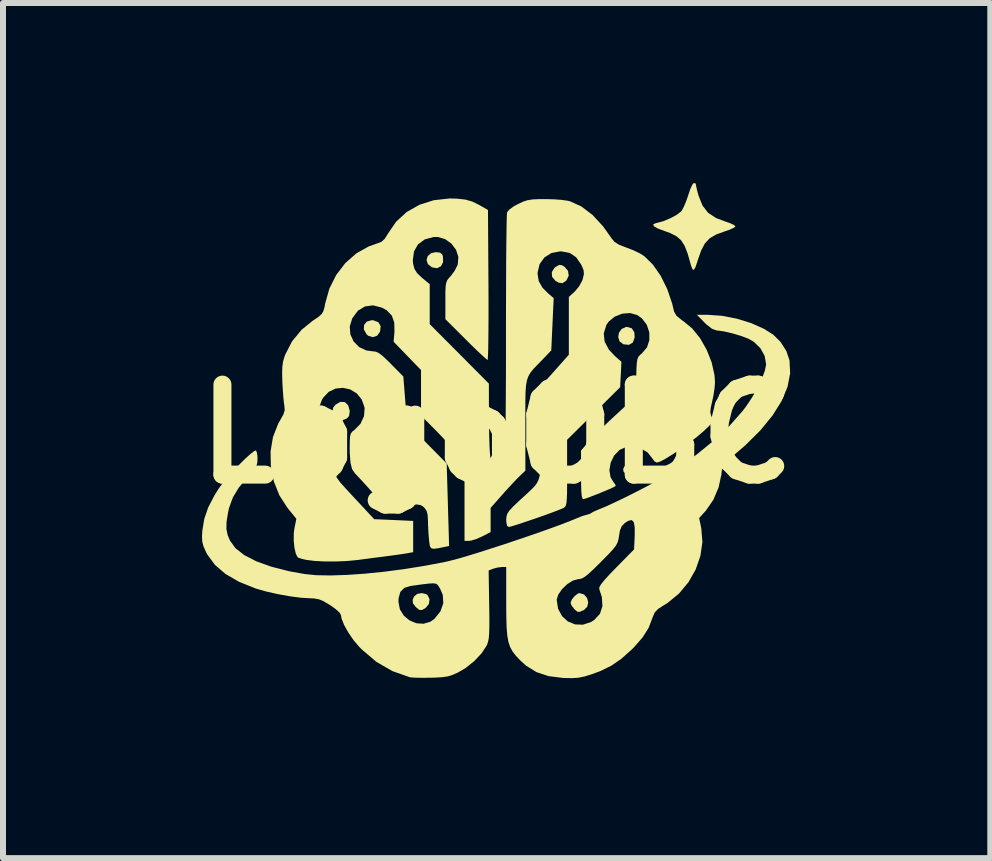
<source format=kicad_pcb>
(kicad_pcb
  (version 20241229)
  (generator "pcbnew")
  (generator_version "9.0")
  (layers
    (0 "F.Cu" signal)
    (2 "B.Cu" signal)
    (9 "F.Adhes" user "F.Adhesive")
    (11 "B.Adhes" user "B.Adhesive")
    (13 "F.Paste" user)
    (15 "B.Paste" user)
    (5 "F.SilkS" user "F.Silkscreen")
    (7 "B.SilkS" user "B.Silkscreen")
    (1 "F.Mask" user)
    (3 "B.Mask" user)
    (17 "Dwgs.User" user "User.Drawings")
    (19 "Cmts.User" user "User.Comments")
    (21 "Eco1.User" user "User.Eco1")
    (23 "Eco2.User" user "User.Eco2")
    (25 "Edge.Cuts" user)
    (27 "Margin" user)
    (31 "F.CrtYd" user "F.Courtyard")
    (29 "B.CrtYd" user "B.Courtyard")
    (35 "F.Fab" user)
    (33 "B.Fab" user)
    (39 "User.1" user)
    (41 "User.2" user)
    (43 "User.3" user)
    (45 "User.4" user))
  (footprint "LogoOBC"
    (layer "F.Cu")
    (at 5.229 4.183)
    (property "Reference" "LogoOBC" (at 0 0 0) (layer "F.SilkS") (effects (font (size 1.5 1.5) (thickness 0.3))))
    (attr board_only exclude_from_pos_files exclude_from_bom)
    (fp_poly (pts (xy -2.056 -1.894) (xy -1.972 -1.862) (xy -1.934 -1.797) (xy -1.944 -1.705) (xy -1.993 -1.637) (xy -2.065 -1.613) (xy -2.141 -1.636) (xy -2.169 -1.661) (xy -2.214 -1.742) (xy -2.21 -1.818) (xy -2.164 -1.873) (xy -2.083 -1.896)) (stroke (width 0) (type solid)) (fill yes) (layer "F.SilkS"))
    (fp_poly (pts (xy -0.943 -3.022) (xy -0.907 -2.99) (xy -0.896 -2.958) (xy -0.893 -2.863) (xy -0.93 -2.794) (xy -0.996 -2.762) (xy -1.079 -2.777) (xy -1.147 -2.831) (xy -1.169 -2.899) (xy -1.149 -2.965) (xy -1.091 -3.014) (xy -1.014 -3.03)) (stroke (width 0) (type solid)) (fill yes) (layer "F.SilkS"))
    (fp_poly (pts (xy 2.253 -1.76) (xy 2.295 -1.693) (xy 2.3 -1.607) (xy 2.27 -1.524) (xy 2.205 -1.485) (xy 2.114 -1.494) (xy 2.11 -1.496) (xy 2.048 -1.543) (xy 2.026 -1.613) (xy 2.038 -1.687) (xy 2.082 -1.749) (xy 2.153 -1.782) (xy 2.176 -1.783)) (stroke (width 0) (type solid)) (fill yes) (layer "F.SilkS"))
    (fp_poly (pts (xy -1.175 2.67) (xy -1.151 2.688) (xy -1.119 2.756) (xy -1.13 2.834) (xy -1.181 2.898) (xy -1.245 2.936) (xy -1.291 2.933) (xy -1.344 2.889) (xy -1.348 2.885) (xy -1.397 2.822) (xy -1.4 2.763) (xy -1.376 2.709) (xy -1.325 2.667) (xy -1.249 2.653)) (stroke (width 0) (type solid)) (fill yes) (layer "F.SilkS"))
    (fp_poly (pts (xy 1.087 -2.812) (xy 1.131 -2.786) (xy 1.189 -2.719) (xy 1.201 -2.636) (xy 1.162 -2.558) (xy 1.158 -2.554) (xy 1.098 -2.513) (xy 1.033 -2.521) (xy 0.978 -2.553) (xy 0.923 -2.62) (xy 0.919 -2.698) (xy 0.964 -2.769) (xy 0.986 -2.786) (xy 1.043 -2.817)) (stroke (width 0) (type solid)) (fill yes) (layer "F.SilkS"))
    (fp_poly (pts (xy -2.53 -0.53) (xy -2.475 -0.477) (xy -2.45 -0.385) (xy -2.45 -0.37) (xy -2.461 -0.297) (xy -2.501 -0.256) (xy -2.524 -0.246) (xy -2.588 -0.223) (xy -2.625 -0.225) (xy -2.663 -0.257) (xy -2.682 -0.275) (xy -2.733 -0.356) (xy -2.728 -0.435) (xy -2.687 -0.488) (xy -2.605 -0.535)) (stroke (width 0) (type solid)) (fill yes) (layer "F.SilkS"))
    (fp_poly (pts (xy 2.35 0.481) (xy 2.388 0.546) (xy 2.392 0.581) (xy 2.371 0.648) (xy 2.32 0.708) (xy 2.261 0.739) (xy 2.252 0.739) (xy 2.208 0.721) (xy 2.16 0.681) (xy 2.113 0.626) (xy 2.109 0.581) (xy 2.144 0.518) (xy 2.147 0.514) (xy 2.212 0.46) (xy 2.285 0.451)) (stroke (width 0) (type solid)) (fill yes) (layer "F.SilkS"))
    (fp_poly (pts (xy 1.456 2.676) (xy 1.507 2.734) (xy 1.526 2.808) (xy 1.51 2.881) (xy 1.455 2.935) (xy 1.448 2.938) (xy 1.386 2.965) (xy 1.348 2.965) (xy 1.309 2.933) (xy 1.29 2.914) (xy 1.247 2.857) (xy 1.232 2.813) (xy 1.253 2.76) (xy 1.3 2.702) (xy 1.354 2.661) (xy 1.379 2.653)) (stroke (width 0) (type solid)) (fill yes) (layer "F.SilkS"))
    (fp_poly (pts (xy 3.317 -4.174) (xy 3.32 -4.16) (xy 3.328 -4.115) (xy 3.347 -4.035) (xy 3.366 -3.968) (xy 3.432 -3.805) (xy 3.525 -3.685) (xy 3.658 -3.598) (xy 3.788 -3.549) (xy 3.885 -3.515) (xy 3.953 -3.484) (xy 3.98 -3.46) (xy 3.98 -3.458) (xy 3.949 -3.434) (xy 3.879 -3.403) (xy 3.804 -3.377) (xy 3.658 -3.324) (xy 3.551 -3.261) (xy 3.472 -3.177) (xy 3.409 -3.059) (xy 3.352 -2.896) (xy 3.349 -2.885) (xy 3.315 -2.783) (xy 3.288 -2.736) (xy 3.265 -2.743) (xy 3.241 -2.802) (xy 3.233 -2.831) (xy 3.183 -3.007) (xy 3.133 -3.136) (xy 3.073 -3.229) (xy 2.996 -3.296) (xy 2.893 -3.348) (xy 2.796 -3.383) (xy 2.683 -3.425) (xy 2.62 -3.463) (xy 2.609 -3.493) (xy 2.654 -3.514) (xy 2.67 -3.517) (xy 2.774 -3.545) (xy 2.888 -3.592) (xy 2.993 -3.647) (xy 3.068 -3.703) (xy 3.085 -3.722) (xy 3.122 -3.791) (xy 3.163 -3.891) (xy 3.195 -3.985) (xy 3.227 -4.081) (xy 3.26 -4.152) (xy 3.285 -4.183)) (stroke (width 0) (type solid)) (fill yes) (layer "F.SilkS"))
    (fp_poly (pts (xy 3.755 -1.969) (xy 4.003 -1.921) (xy 4.243 -1.847) (xy 4.457 -1.751) (xy 4.611 -1.654) (xy 4.733 -1.532) (xy 4.829 -1.381) (xy 4.881 -1.226) (xy 4.892 -1.011) (xy 4.848 -0.785) (xy 4.75 -0.55) (xy 4.599 -0.308) (xy 4.397 -0.061) (xy 4.145 0.189) (xy 3.955 0.352) (xy 3.862 0.429) (xy 3.804 0.485) (xy 3.772 0.535) (xy 3.755 0.596) (xy 3.745 0.679) (xy 3.699 0.892) (xy 3.612 1.097) (xy 3.492 1.272) (xy 3.481 1.285) (xy 3.375 1.402) (xy 3.411 1.577) (xy 3.429 1.802) (xy 3.396 2.033) (xy 3.317 2.26) (xy 3.196 2.473) (xy 3.038 2.662) (xy 2.848 2.818) (xy 2.781 2.859) (xy 2.69 2.918) (xy 2.636 2.974) (xy 2.603 3.048) (xy 2.597 3.066) (xy 2.532 3.234) (xy 2.432 3.392) (xy 2.29 3.555) (xy 2.253 3.592) (xy 2.081 3.746) (xy 1.913 3.862) (xy 1.728 3.953) (xy 1.587 4.005) (xy 1.464 4.043) (xy 1.362 4.064) (xy 1.256 4.071) (xy 1.12 4.068) (xy 1.102 4.067) (xy 0.864 4.037) (xy 0.663 3.97) (xy 0.49 3.863) (xy 0.397 3.779) (xy 0.323 3.701) (xy 0.266 3.628) (xy 0.224 3.552) (xy 0.195 3.464) (xy 0.176 3.353) (xy 0.165 3.212) (xy 0.16 3.031) (xy 0.159 2.813) (xy 0.159 2.765) (xy 1 2.765) (xy 1.024 2.916) (xy 1.09 3.038) (xy 1.187 3.126) (xy 1.307 3.175) (xy 1.438 3.18) (xy 1.573 3.135) (xy 1.63 3.098) (xy 1.722 2.997) (xy 1.763 2.871) (xy 1.753 2.719) (xy 1.71 2.587) (xy 1.711 2.556) (xy 1.738 2.509) (xy 1.793 2.439) (xy 1.883 2.34) (xy 1.99 2.23) (xy 2.29 1.925) (xy 2.301 1.695) (xy 2.301 1.557) (xy 2.286 1.472) (xy 2.252 1.436) (xy 2.196 1.447) (xy 2.136 1.485) (xy 2.084 1.538) (xy 2.054 1.612) (xy 2.04 1.696) (xy 2.03 1.759) (xy 2.014 1.812) (xy 1.986 1.864) (xy 1.937 1.926) (xy 1.862 2.007) (xy 1.753 2.117) (xy 1.736 2.135) (xy 1.618 2.252) (xy 1.531 2.332) (xy 1.467 2.383) (xy 1.418 2.41) (xy 1.374 2.42) (xy 1.355 2.421) (xy 1.269 2.445) (xy 1.175 2.505) (xy 1.089 2.588) (xy 1.026 2.679) (xy 1 2.763) (xy 1 2.765) (xy 0.159 2.765) (xy 0.159 2.218) (xy 0.089 2.218) (xy 0.006 2.229) (xy -0.058 2.247) (xy -0.134 2.276) (xy -0.125 2.849) (xy -0.122 3.05) (xy -0.122 3.203) (xy -0.125 3.316) (xy -0.131 3.398) (xy -0.142 3.458) (xy -0.157 3.505) (xy -0.167 3.528) (xy -0.25 3.655) (xy -0.371 3.784) (xy -0.515 3.9) (xy -0.645 3.977) (xy -0.733 4.016) (xy -0.813 4.041) (xy -0.906 4.055) (xy -1.029 4.062) (xy -1.101 4.064) (xy -1.231 4.065) (xy -1.344 4.064) (xy -1.424 4.059) (xy -1.45 4.055) (xy -1.739 3.953) (xy -2.004 3.8) (xy -2.248 3.593) (xy -2.287 3.554) (xy -2.386 3.437) (xy -2.474 3.309) (xy -2.543 3.185) (xy -2.586 3.077) (xy -2.595 3.022) (xy -2.619 2.978) (xy -2.687 2.917) (xy -2.774 2.855) (xy -2.875 2.795) (xy -1.638 2.795) (xy -1.614 2.923) (xy -1.548 3.029) (xy -1.452 3.109) (xy -1.338 3.156) (xy -1.218 3.164) (xy -1.102 3.129) (xy -1.038 3.083) (xy -0.937 2.957) (xy -0.89 2.822) (xy -0.898 2.684) (xy -0.945 2.576) (xy -0.969 2.537) (xy -0.99 2.51) (xy -1.019 2.495) (xy -1.065 2.49) (xy -1.138 2.495) (xy -1.247 2.508) (xy -1.402 2.53) (xy -1.435 2.534) (xy -1.541 2.567) (xy -1.606 2.633) (xy -1.635 2.739) (xy -1.638 2.795) (xy -2.875 2.795) (xy -2.881 2.791) (xy -2.965 2.756) (xy -3.048 2.742) (xy -3.1 2.74) (xy -3.258 2.731) (xy -3.45 2.706) (xy -3.655 2.669) (xy -3.852 2.624) (xy -4.013 2.578) (xy -4.294 2.465) (xy -4.521 2.334) (xy -4.697 2.182) (xy -4.824 2.009) (xy -4.845 1.969) (xy -4.887 1.874) (xy -4.908 1.794) (xy -4.912 1.704) (xy -4.906 1.61) (xy -4.874 1.416) (xy -4.808 1.224) (xy -4.702 1.02) (xy -4.631 0.907) (xy -4.568 0.822) (xy -4.484 0.721) (xy -4.387 0.612) (xy -4.285 0.506) (xy -4.188 0.41) (xy -4.104 0.334) (xy -4.042 0.287) (xy -4.016 0.275) (xy -3.999 0.301) (xy -3.988 0.367) (xy -3.987 0.409) (xy -3.99 0.479) (xy -4.005 0.535) (xy -4.041 0.593) (xy -4.105 0.669) (xy -4.157 0.725) (xy -4.3 0.897) (xy -4.399 1.062) (xy -4.462 1.237) (xy -4.479 1.317) (xy -4.503 1.469) (xy -4.505 1.585) (xy -4.484 1.686) (xy -4.447 1.776) (xy -4.355 1.904) (xy -4.207 2.02) (xy -4.007 2.123) (xy -3.757 2.213) (xy -3.459 2.289) (xy -3.197 2.336) (xy -3.007 2.355) (xy -2.769 2.359) (xy -2.494 2.35) (xy -2.19 2.329) (xy -1.867 2.296) (xy -1.533 2.252) (xy -1.197 2.198) (xy -0.869 2.136) (xy -0.826 2.126) (xy -0.708 2.097) (xy -0.545 2.051) (xy -0.347 1.991) (xy -0.124 1.92) (xy 0.115 1.843) (xy 0.359 1.761) (xy 0.6 1.679) (xy 0.828 1.599) (xy 1.032 1.525) (xy 1.203 1.46) (xy 1.332 1.407) (xy 1.341 1.403) (xy 1.423 1.37) (xy 1.486 1.351) (xy 1.502 1.348) (xy 1.557 1.331) (xy 1.567 1.324) (xy 1.611 1.298) (xy 1.683 1.266) (xy 1.696 1.261) (xy 1.814 1.212) (xy 1.968 1.141) (xy 2.144 1.057) (xy 2.327 0.965) (xy 2.505 0.873) (xy 2.661 0.787) (xy 2.67 0.782) (xy 3.007 0.575) (xy 3.328 0.348) (xy 3.622 0.108) (xy 3.882 -0.136) (xy 4.096 -0.379) (xy 4.152 -0.451) (xy 4.254 -0.603) (xy 4.346 -0.763) (xy 4.42 -0.917) (xy 4.47 -1.053) (xy 4.491 -1.157) (xy 4.491 -1.162) (xy 4.467 -1.3) (xy 4.395 -1.43) (xy 4.285 -1.536) (xy 4.196 -1.587) (xy 4.072 -1.634) (xy 3.93 -1.676) (xy 3.793 -1.708) (xy 3.682 -1.724) (xy 3.667 -1.724) (xy 3.591 -1.751) (xy 3.494 -1.827) (xy 3.465 -1.856) (xy 3.337 -1.986) (xy 3.514 -1.986)) (stroke (width 0) (type solid)) (fill yes) (layer "F.SilkS"))
    (fp_poly (pts (xy -0.664 -3.922) (xy -0.521 -3.906) (xy -0.406 -3.873) (xy -0.3 -3.821) (xy -0.145 -3.733) (xy -0.137 -2.483) (xy -0.136 -2.22) (xy -0.136 -1.976) (xy -0.137 -1.756) (xy -0.139 -1.567) (xy -0.141 -1.415) (xy -0.145 -1.305) (xy -0.149 -1.244) (xy -0.151 -1.232) (xy -0.178 -1.252) (xy -0.238 -1.306) (xy -0.325 -1.387) (xy -0.431 -1.49) (xy -0.514 -1.573) (xy -0.855 -1.913) (xy -0.855 -2.225) (xy -0.855 -2.364) (xy -0.851 -2.457) (xy -0.841 -2.52) (xy -0.823 -2.564) (xy -0.793 -2.603) (xy -0.768 -2.629) (xy -0.703 -2.715) (xy -0.654 -2.811) (xy -0.648 -2.829) (xy -0.639 -2.952) (xy -0.678 -3.07) (xy -0.754 -3.172) (xy -0.859 -3.247) (xy -0.982 -3.283) (xy -1.051 -3.283) (xy -1.2 -3.242) (xy -1.311 -3.16) (xy -1.378 -3.043) (xy -1.398 -2.897) (xy -1.393 -2.836) (xy -1.371 -2.751) (xy -1.327 -2.681) (xy -1.248 -2.605) (xy -1.245 -2.603) (xy -1.116 -2.496) (xy -1.116 -2.163) (xy -1.116 -1.83) (xy -0.623 -1.335) (xy -0.13 -0.839) (xy -0.129 -0.289) (xy -0.127 -0.108) (xy -0.124 0.062) (xy -0.119 0.207) (xy -0.113 0.317) (xy -0.107 0.377) (xy -0.088 0.453) (xy -0.058 0.488) (xy 0.00009 0.501) (xy 0.006 0.502) (xy 0.084 0.496) (xy 0.126 0.457) (xy 0.132 0.417) (xy 0.138 0.32) (xy 0.142 0.17) (xy 0.146 -0.033) (xy 0.15 -0.287) (xy 0.152 -0.588) (xy 0.154 -0.936) (xy 0.155 -1.329) (xy 0.155 -1.616) (xy 0.155 -1.954) (xy 0.156 -2.276) (xy 0.157 -2.578) (xy 0.158 -2.853) (xy 0.16 -3.098) (xy 0.163 -3.307) (xy 0.165 -3.477) (xy 0.168 -3.601) (xy 0.171 -3.675) (xy 0.173 -3.694) (xy 0.209 -3.738) (xy 0.282 -3.792) (xy 0.357 -3.833) (xy 0.441 -3.872) (xy 0.516 -3.896) (xy 0.601 -3.909) (xy 0.713 -3.914) (xy 0.812 -3.914) (xy 0.951 -3.911) (xy 1.083 -3.901) (xy 1.187 -3.886) (xy 1.222 -3.878) (xy 1.413 -3.791) (xy 1.599 -3.649) (xy 1.777 -3.456) (xy 1.914 -3.262) (xy 1.963 -3.202) (xy 2.037 -3.155) (xy 2.149 -3.111) (xy 2.164 -3.106) (xy 2.28 -3.061) (xy 2.391 -3.007) (xy 2.46 -2.963) (xy 2.603 -2.823) (xy 2.733 -2.637) (xy 2.842 -2.417) (xy 2.925 -2.174) (xy 2.956 -2.042) (xy 2.997 -1.969) (xy 3.095 -1.89) (xy 3.113 -1.879) (xy 3.259 -1.758) (xy 3.391 -1.595) (xy 3.501 -1.401) (xy 3.584 -1.191) (xy 3.631 -0.98) (xy 3.639 -0.858) (xy 3.631 -0.758) (xy 3.612 -0.634) (xy 3.592 -0.542) (xy 3.568 -0.434) (xy 3.561 -0.362) (xy 3.572 -0.31) (xy 3.583 -0.286) (xy 3.601 -0.24) (xy 3.594 -0.2) (xy 3.553 -0.147) (xy 3.521 -0.113) (xy 3.434 -0.032) (xy 3.322 0.062) (xy 3.194 0.16) (xy 3.06 0.256) (xy 2.93 0.342) (xy 2.815 0.413) (xy 2.725 0.461) (xy 2.669 0.478) (xy 2.669 0.478) (xy 2.628 0.455) (xy 2.589 0.4) (xy 2.515 0.308) (xy 2.406 0.244) (xy 2.279 0.213) (xy 2.153 0.22) (xy 2.049 0.266) (xy 1.957 0.362) (xy 1.9 0.48) (xy 1.879 0.605) (xy 1.898 0.722) (xy 1.945 0.8) (xy 1.978 0.845) (xy 1.983 0.868) (xy 1.948 0.888) (xy 1.874 0.922) (xy 1.775 0.963) (xy 1.668 1.007) (xy 1.567 1.046) (xy 1.488 1.075) (xy 1.445 1.087) (xy 1.443 1.087) (xy 1.428 1.073) (xy 1.417 1.027) (xy 1.41 0.941) (xy 1.407 0.809) (xy 1.406 0.682) (xy 1.406 0.277) (xy 1.501 0.168) (xy 1.61 0.047) (xy 1.75 -0.095) (xy 1.927 -0.263) (xy 2.089 -0.412) (xy 2.318 -0.621) (xy 2.326 -0.948) (xy 2.33 -1.09) (xy 2.336 -1.186) (xy 2.346 -1.248) (xy 2.364 -1.288) (xy 2.391 -1.318) (xy 2.42 -1.342) (xy 2.505 -1.441) (xy 2.545 -1.563) (xy 2.544 -1.693) (xy 2.502 -1.819) (xy 2.422 -1.925) (xy 2.343 -1.982) (xy 2.223 -2.015) (xy 2.091 -2.004) (xy 1.966 -1.954) (xy 1.865 -1.87) (xy 1.828 -1.815) (xy 1.785 -1.676) (xy 1.799 -1.539) (xy 1.871 -1.404) (xy 1.972 -1.297) (xy 2.079 -1.203) (xy 2.069 -0.99) (xy 2.058 -0.778) (xy 1.616 -0.34) (xy 1.174 0.098) (xy 1.174 0.649) (xy 1.174 0.841) (xy 1.173 0.983) (xy 1.169 1.084) (xy 1.163 1.15) (xy 1.153 1.192) (xy 1.139 1.216) (xy 1.119 1.231) (xy 1.113 1.234) (xy 1.059 1.258) (xy 0.966 1.294) (xy 0.845 1.339) (xy 0.708 1.388) (xy 0.567 1.436) (xy 0.434 1.481) (xy 0.321 1.518) (xy 0.239 1.543) (xy 0.201 1.551) (xy 0.172 1.53) (xy 0.16 1.462) (xy 0.159 1.434) (xy 0.163 1.378) (xy 0.177 1.33) (xy 0.21 1.28) (xy 0.27 1.215) (xy 0.365 1.124) (xy 0.383 1.107) (xy 0.484 1.015) (xy 0.563 0.942) (xy 0.624 0.881) (xy 0.669 0.823) (xy 0.7 0.759) (xy 0.72 0.683) (xy 0.732 0.585) (xy 0.738 0.458) (xy 0.741 0.292) (xy 0.744 0.081) (xy 0.745 -0.026) (xy 0.759 -0.821) (xy 0.981 -1.07) (xy 1.203 -1.32) (xy 1.203 -1.801) (xy 1.203 -2.283) (xy 1.302 -2.374) (xy 1.373 -2.459) (xy 1.427 -2.558) (xy 1.435 -2.583) (xy 1.454 -2.665) (xy 1.449 -2.729) (xy 1.416 -2.808) (xy 1.409 -2.822) (xy 1.324 -2.945) (xy 1.218 -3.017) (xy 1.083 -3.042) (xy 1.057 -3.043) (xy 0.912 -3.015) (xy 0.796 -2.942) (xy 0.716 -2.831) (xy 0.682 -2.691) (xy 0.682 -2.667) (xy 0.701 -2.547) (xy 0.763 -2.438) (xy 0.866 -2.335) (xy 0.95 -2.264) (xy 0.93 -1.828) (xy 0.91 -1.392) (xy 0.757 -1.232) (xy 0.675 -1.148) (xy 0.611 -1.081) (xy 0.563 -1.021) (xy 0.528 -0.961) (xy 0.504 -0.892) (xy 0.489 -0.806) (xy 0.481 -0.695) (xy 0.478 -0.551) (xy 0.478 -0.364) (xy 0.478 -0.146) (xy 0.478 0.613) (xy 0.388 0.698) (xy 0.329 0.757) (xy 0.246 0.845) (xy 0.151 0.948) (xy 0.098 1.008) (xy -0.101 1.233) (xy -0.101 1.435) (xy -0.101 1.637) (xy -0.245 1.71) (xy -0.34 1.752) (xy -0.426 1.778) (xy -0.463 1.783) (xy -0.536 1.783) (xy -0.536 1.114) (xy -0.536 0.445) (xy -0.703 0.267) (xy -0.805 0.16) (xy -0.925 0.034) (xy -1.041 -0.085) (xy -1.066 -0.11) (xy -1.261 -0.308) (xy -1.261 -0.687) (xy -1.261 -1.065) (xy -1.49 -1.301) (xy -1.718 -1.537) (xy -1.704 -1.699) (xy -1.707 -1.855) (xy -1.748 -1.973) (xy -1.833 -2.061) (xy -1.917 -2.107) (xy -2.062 -2.143) (xy -2.196 -2.125) (xy -2.313 -2.054) (xy -2.404 -1.932) (xy -2.407 -1.927) (xy -2.449 -1.792) (xy -2.439 -1.659) (xy -2.385 -1.542) (xy -2.294 -1.448) (xy -2.171 -1.391) (xy -2.067 -1.377) (xy -2.015 -1.371) (xy -1.963 -1.347) (xy -1.9 -1.299) (xy -1.814 -1.218) (xy -1.763 -1.167) (xy -1.556 -0.957) (xy -1.525 -0.566) (xy -1.493 -0.174) (xy -1.163 0.159) (xy -0.833 0.493) (xy -0.813 1.18) (xy -0.793 1.868) (xy -0.861 1.882) (xy -0.979 1.906) (xy -1.053 1.915) (xy -1.094 1.904) (xy -1.113 1.87) (xy -1.123 1.806) (xy -1.127 1.774) (xy -1.137 1.653) (xy -1.144 1.516) (xy -1.145 1.457) (xy -1.151 1.349) (xy -1.17 1.278) (xy -1.207 1.228) (xy -1.239 1.201) (xy -1.277 1.184) (xy -1.333 1.176) (xy -1.419 1.175) (xy -1.549 1.181) (xy -1.569 1.182) (xy -1.87 1.197) (xy -2.109 0.932) (xy -2.202 0.829) (xy -2.282 0.742) (xy -2.339 0.681) (xy -2.366 0.653) (xy -2.366 0.652) (xy -2.41 0.588) (xy -2.437 0.479) (xy -2.449 0.32) (xy -2.45 0.25) (xy -2.449 0.126) (xy -2.444 0.046) (xy -2.432 -0.004) (xy -2.408 -0.038) (xy -2.369 -0.068) (xy -2.367 -0.07) (xy -2.27 -0.169) (xy -2.212 -0.295) (xy -2.201 -0.426) (xy -2.203 -0.444) (xy -2.251 -0.577) (xy -2.334 -0.677) (xy -2.442 -0.742) (xy -2.563 -0.768) (xy -2.685 -0.756) (xy -2.799 -0.702) (xy -2.891 -0.605) (xy -2.914 -0.566) (xy -2.966 -0.426) (xy -2.968 -0.306) (xy -2.916 -0.194) (xy -2.855 -0.122) (xy -2.737 -0.005) (xy -2.728 0.337) (xy -2.726 0.451) (xy -2.723 0.539) (xy -2.715 0.61) (xy -2.696 0.671) (xy -2.663 0.733) (xy -2.611 0.804) (xy -2.534 0.891) (xy -2.429 1.005) (xy -2.29 1.154) (xy -2.284 1.16) (xy -2.042 1.421) (xy -1.717 1.435) (xy -1.392 1.45) (xy -1.392 1.711) (xy -1.392 1.971) (xy -1.508 1.992) (xy -1.592 2.005) (xy -1.711 2.022) (xy -1.842 2.039) (xy -1.87 2.043) (xy -2.02 2.062) (xy -2.18 2.083) (xy -2.318 2.101) (xy -2.325 2.102) (xy -2.49 2.118) (xy -2.676 2.126) (xy -2.865 2.126) (xy -3.036 2.117) (xy -3.169 2.1) (xy -3.172 2.1) (xy -3.253 2.081) (xy -3.307 2.063) (xy -3.317 2.057) (xy -3.348 1.997) (xy -3.371 1.897) (xy -3.383 1.778) (xy -3.382 1.657) (xy -3.372 1.577) (xy -3.339 1.415) (xy -3.486 1.234) (xy -3.622 1.024) (xy -3.715 0.79) (xy -3.764 0.543) (xy -3.769 0.293) (xy -3.729 0.052) (xy -3.642 -0.171) (xy -3.608 -0.23) (xy -3.555 -0.325) (xy -3.533 -0.396) (xy -3.538 -0.461) (xy -3.538 -0.463) (xy -3.548 -0.529) (xy -3.558 -0.636) (xy -3.567 -0.767) (xy -3.572 -0.857) (xy -3.576 -1.007) (xy -3.573 -1.117) (xy -3.561 -1.204) (xy -3.538 -1.285) (xy -3.525 -1.321) (xy -3.411 -1.543) (xy -3.251 -1.737) (xy -3.068 -1.885) (xy -2.976 -1.947) (xy -2.92 -1.995) (xy -2.889 -2.046) (xy -2.869 -2.117) (xy -2.859 -2.172) (xy -2.789 -2.422) (xy -2.675 -2.649) (xy -2.523 -2.848) (xy -2.34 -3.009) (xy -2.132 -3.126) (xy -2.001 -3.172) (xy -1.922 -3.201) (xy -1.867 -3.251) (xy -1.813 -3.337) (xy -1.676 -3.538) (xy -1.499 -3.7) (xy -1.287 -3.82) (xy -1.047 -3.896) (xy -0.784 -3.925)) (stroke (width 0) (type solid)) (fill yes) (layer "F.SilkS")))
  (gr_rect
    (start -3 -3)
    (end 13.457 11.254)
    (stroke (width 0.1) (type default))
    (fill no)
    (layer "Edge.Cuts")))
</source>
